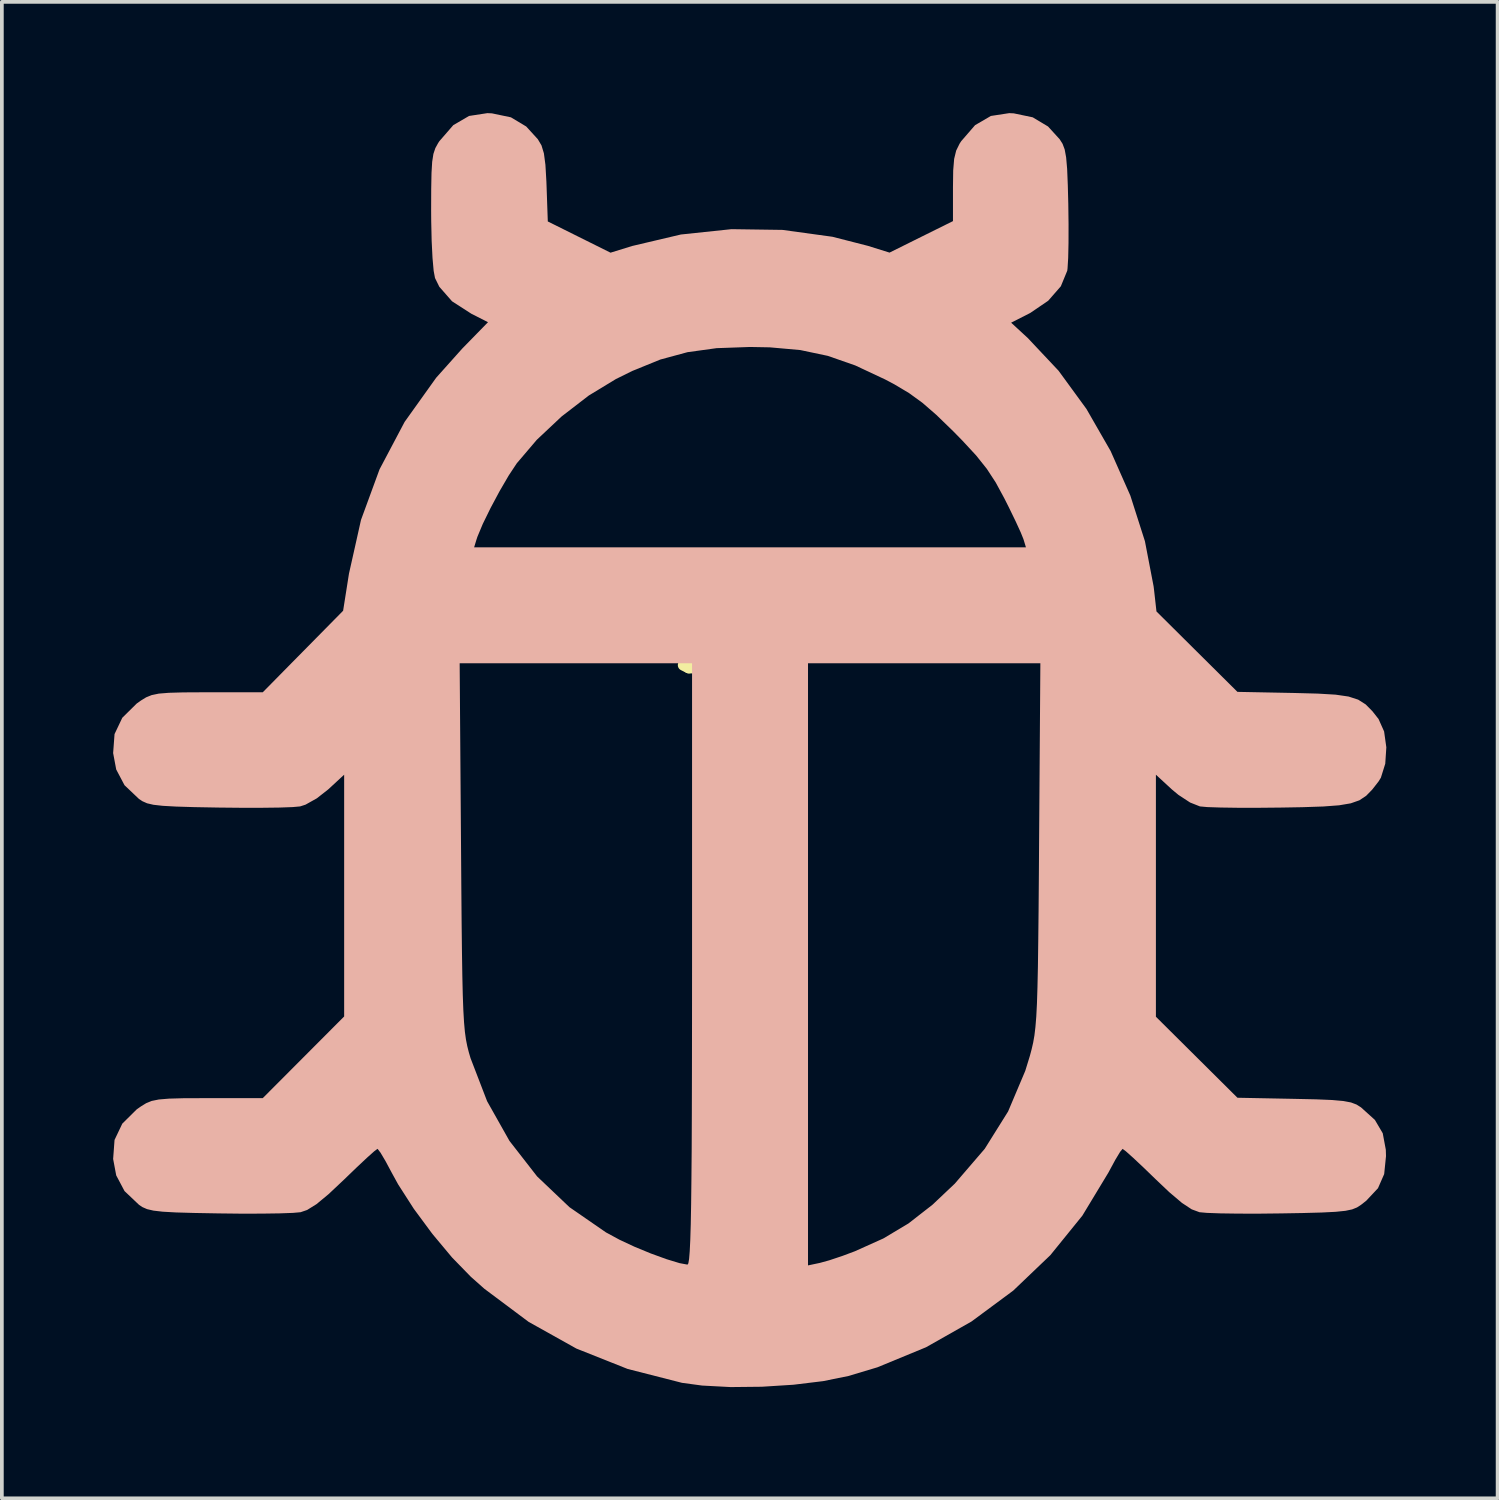
<source format=kicad_pcb>
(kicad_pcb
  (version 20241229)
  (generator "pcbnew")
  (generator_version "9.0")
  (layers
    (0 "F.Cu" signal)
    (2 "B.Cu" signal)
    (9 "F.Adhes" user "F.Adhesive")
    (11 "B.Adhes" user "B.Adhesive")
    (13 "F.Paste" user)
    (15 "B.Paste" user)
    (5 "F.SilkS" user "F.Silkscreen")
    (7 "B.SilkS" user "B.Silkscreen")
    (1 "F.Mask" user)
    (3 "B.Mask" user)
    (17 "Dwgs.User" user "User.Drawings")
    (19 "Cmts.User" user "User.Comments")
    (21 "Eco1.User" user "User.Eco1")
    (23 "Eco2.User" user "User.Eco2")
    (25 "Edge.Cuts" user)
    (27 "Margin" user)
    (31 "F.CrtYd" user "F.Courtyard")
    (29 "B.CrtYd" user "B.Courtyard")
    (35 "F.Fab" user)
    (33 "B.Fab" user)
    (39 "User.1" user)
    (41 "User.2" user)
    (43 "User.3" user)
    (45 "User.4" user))
  (footprint "Debug_50mm"
    (layer "F.Cu")
    (at 17.17 17.176)
    (property "Reference" "Debug_50mm" (at -0.2 -3.42 0) (layer "F.SilkS") (effects (font (size 1.524 1.524) (thickness 0.3))))
    (attr board_only exclude_from_pos_files exclude_from_bom)
    (fp_poly (pts (xy 7.111 -17.17) (xy 7.622 -17.063) (xy 8.034 -16.816) (xy 8.347 -16.473) (xy 8.426 -16.348) (xy 8.483 -16.196) (xy 8.522 -15.982) (xy 8.549 -15.671) (xy 8.567 -15.229) (xy 8.58 -14.726) (xy 8.587 -14.181) (xy 8.586 -13.681) (xy 8.577 -13.271) (xy 8.56 -12.993) (xy 8.552 -12.928) (xy 8.379 -12.508) (xy 8.038 -12.118) (xy 7.556 -11.79) (xy 7.512 -11.767) (xy 7.039 -11.527) (xy 7.488 -11.113) (xy 8.318 -10.231) (xy 9.069 -9.202) (xy 9.721 -8.067) (xy 10.253 -6.865) (xy 10.646 -5.635) (xy 10.88 -4.418) (xy 10.89 -4.338) (xy 10.957 -3.742) (xy 12.048 -2.658) (xy 13.14 -1.574) (xy 14.671 -1.544) (xy 15.309 -1.527) (xy 15.785 -1.499) (xy 16.136 -1.448) (xy 16.395 -1.364) (xy 16.597 -1.236) (xy 16.778 -1.053) (xy 16.944 -0.842) (xy 17.094 -0.507) (xy 17.154 -0.079) (xy 17.125 0.363) (xy 17.007 0.74) (xy 16.944 0.842) (xy 16.772 1.062) (xy 16.61 1.228) (xy 16.428 1.349) (xy 16.195 1.431) (xy 15.881 1.484) (xy 15.456 1.516) (xy 14.889 1.535) (xy 14.33 1.545) (xy 13.721 1.551) (xy 13.159 1.551) (xy 12.682 1.544) (xy 12.326 1.532) (xy 12.129 1.514) (xy 11.864 1.409) (xy 11.549 1.203) (xy 11.372 1.056) (xy 10.942 0.659) (xy 10.942 7.184) (xy 12.041 8.276) (xy 13.14 9.368) (xy 14.671 9.398) (xy 15.263 9.411) (xy 15.692 9.429) (xy 15.994 9.456) (xy 16.202 9.495) (xy 16.35 9.551) (xy 16.472 9.628) (xy 16.473 9.629) (xy 16.845 9.965) (xy 17.057 10.325) (xy 17.14 10.769) (xy 17.145 10.942) (xy 17.096 11.426) (xy 16.929 11.807) (xy 16.613 12.144) (xy 16.473 12.254) (xy 16.364 12.325) (xy 16.233 12.378) (xy 16.052 12.416) (xy 15.789 12.443) (xy 15.415 12.462) (xy 14.901 12.476) (xy 14.33 12.486) (xy 13.72 12.493) (xy 13.156 12.492) (xy 12.676 12.485) (xy 12.317 12.472) (xy 12.117 12.454) (xy 11.906 12.376) (xy 11.644 12.203) (xy 11.305 11.916) (xy 10.938 11.568) (xy 10.609 11.25) (xy 10.331 10.989) (xy 10.133 10.812) (xy 10.044 10.746) (xy 10.044 10.746) (xy 9.977 10.827) (xy 9.849 11.039) (xy 9.686 11.34) (xy 9.66 11.388) (xy 8.959 12.547) (xy 8.097 13.611) (xy 7.095 14.568) (xy 5.971 15.4) (xy 4.746 16.094) (xy 3.437 16.634) (xy 2.654 16.869) (xy 1.969 17.008) (xy 1.17 17.105) (xy 0.318 17.159) (xy -0.523 17.168) (xy -1.292 17.127) (xy -1.833 17.054) (xy -3.301 16.679) (xy -4.681 16.13) (xy -5.969 15.41) (xy -7.162 14.518) (xy -7.526 14.195) (xy -7.825 13.888) (xy 1.563 13.888) (xy 1.881 13.821) (xy 2.138 13.75) (xy 2.494 13.631) (xy 2.828 13.506) (xy 3.595 13.161) (xy 4.271 12.757) (xy 4.918 12.253) (xy 5.52 11.684) (xy 6.327 10.745) (xy 6.957 9.738) (xy 7.42 8.643) (xy 7.544 8.24) (xy 7.592 8.06) (xy 7.633 7.882) (xy 7.667 7.688) (xy 7.694 7.46) (xy 7.717 7.179) (xy 7.735 6.827) (xy 7.749 6.385) (xy 7.761 5.835) (xy 7.77 5.157) (xy 7.779 4.334) (xy 7.787 3.347) (xy 7.792 2.564) (xy 7.827 -2.345) (xy 1.563 -2.345) (xy 1.563 13.888) (xy -7.825 13.888) (xy -8.033 13.674) (xy -8.562 13.041) (xy -9.064 12.362) (xy -9.487 11.703) (xy -9.66 11.388) (xy -9.826 11.078) (xy -9.961 10.85) (xy -10.039 10.748) (xy -10.044 10.746) (xy -10.131 10.811) (xy -10.327 10.986) (xy -10.604 11.246) (xy -10.933 11.563) (xy -10.938 11.568) (xy -11.363 11.968) (xy -11.688 12.237) (xy -11.941 12.394) (xy -12.117 12.454) (xy -12.321 12.472) (xy -12.682 12.485) (xy -13.164 12.492) (xy -13.728 12.493) (xy -14.33 12.486) (xy -14.987 12.474) (xy -15.478 12.46) (xy -15.834 12.44) (xy -16.083 12.411) (xy -16.255 12.371) (xy -16.381 12.316) (xy -16.473 12.254) (xy -16.863 11.884) (xy -17.087 11.461) (xy -17.17 11.019) (xy -17.132 10.505) (xy -16.923 10.066) (xy -16.534 9.681) (xy -16.42 9.601) (xy -16.28 9.515) (xy -16.131 9.454) (xy -15.939 9.415) (xy -15.667 9.392) (xy -15.279 9.381) (xy -14.739 9.379) (xy -14.613 9.378) (xy -13.136 9.378) (xy -10.942 7.177) (xy -10.942 0.659) (xy -11.372 1.056) (xy -11.68 1.297) (xy -11.984 1.467) (xy -12.129 1.514) (xy -12.329 1.532) (xy -12.686 1.545) (xy -13.165 1.551) (xy -13.727 1.551) (xy -14.33 1.545) (xy -14.987 1.533) (xy -15.478 1.518) (xy -15.834 1.498) (xy -16.083 1.47) (xy -16.255 1.43) (xy -16.381 1.374) (xy -16.473 1.313) (xy -16.863 0.943) (xy -17.087 0.519) (xy -17.17 0.077) (xy -17.132 -0.436) (xy -16.923 -0.876) (xy -16.534 -1.26) (xy -16.42 -1.341) (xy -16.28 -1.427) (xy -16.131 -1.487) (xy -15.939 -1.527) (xy -15.667 -1.549) (xy -15.279 -1.56) (xy -14.739 -1.563) (xy -14.613 -1.563) (xy -13.136 -1.563) (xy -12.366 -2.345) (xy -7.828 -2.345) (xy -7.791 2.613) (xy -7.783 3.728) (xy -7.775 4.665) (xy -7.766 5.443) (xy -7.756 6.081) (xy -7.744 6.596) (xy -7.729 7.007) (xy -7.71 7.333) (xy -7.687 7.591) (xy -7.658 7.8) (xy -7.623 7.977) (xy -7.581 8.143) (xy -7.535 8.3) (xy -7.088 9.462) (xy -6.485 10.532) (xy -5.74 11.489) (xy -4.868 12.318) (xy -3.884 12.998) (xy -3.52 13.195) (xy -3.116 13.384) (xy -2.675 13.566) (xy -2.251 13.72) (xy -1.899 13.827) (xy -1.685 13.867) (xy -1.663 13.832) (xy -1.643 13.716) (xy -1.626 13.51) (xy -1.611 13.204) (xy -1.598 12.786) (xy -1.588 12.246) (xy -1.58 11.575) (xy -1.573 10.761) (xy -1.569 9.794) (xy -1.566 8.663) (xy -1.564 7.359) (xy -1.563 5.87) (xy -1.563 5.764) (xy -1.563 -2.345) (xy -7.828 -2.345) (xy -12.366 -2.345) (xy -12.053 -2.662) (xy -10.97 -3.761) (xy -10.812 -4.762) (xy -10.653 -5.471) (xy -7.438 -5.471) (xy 7.438 -5.471) (xy 7.371 -5.691) (xy 7.299 -5.87) (xy 7.16 -6.173) (xy 6.977 -6.55) (xy 6.856 -6.79) (xy 6.624 -7.218) (xy 6.384 -7.586) (xy 6.096 -7.947) (xy 5.72 -8.353) (xy 5.476 -8.602) (xy 5.025 -9.039) (xy 4.646 -9.368) (xy 4.285 -9.63) (xy 3.889 -9.866) (xy 3.641 -9.997) (xy 2.837 -10.374) (xy 2.098 -10.632) (xy 1.354 -10.789) (xy 0.534 -10.862) (xy 0 -10.872) (xy -0.901 -10.84) (xy -1.684 -10.732) (xy -2.419 -10.533) (xy -3.175 -10.225) (xy -3.618 -10.006) (xy -4.347 -9.563) (xy -5.079 -8.999) (xy -5.748 -8.37) (xy -6.288 -7.736) (xy -6.505 -7.408) (xy -6.751 -6.986) (xy -6.995 -6.53) (xy -7.205 -6.101) (xy -7.348 -5.759) (xy -7.371 -5.691) (xy -7.438 -5.471) (xy -10.653 -5.471) (xy -10.488 -6.209) (xy -9.988 -7.573) (xy -9.312 -8.852) (xy -8.461 -10.043) (xy -7.762 -10.825) (xy -7.064 -11.54) (xy -7.513 -11.768) (xy -8.033 -12.103) (xy -8.376 -12.494) (xy -8.493 -12.731) (xy -8.529 -12.924) (xy -8.56 -13.271) (xy -8.583 -13.733) (xy -8.595 -14.27) (xy -8.597 -14.548) (xy -8.595 -15.136) (xy -8.587 -15.563) (xy -8.569 -15.864) (xy -8.536 -16.076) (xy -8.484 -16.232) (xy -8.409 -16.368) (xy -8.375 -16.42) (xy -8 -16.852) (xy -7.575 -17.1) (xy -7.08 -17.176) (xy -6.957 -17.17) (xy -6.446 -17.063) (xy -6.034 -16.816) (xy -5.721 -16.473) (xy -5.622 -16.306) (xy -5.557 -16.092) (xy -5.516 -15.783) (xy -5.49 -15.335) (xy -5.486 -15.229) (xy -5.452 -14.256) (xy -3.761 -13.414) (xy -3.175 -13.595) (xy -1.864 -13.904) (xy -0.5 -14.048) (xy 0.877 -14.028) (xy 2.222 -13.843) (xy 3.175 -13.599) (xy 3.761 -13.416) (xy 4.616 -13.841) (xy 5.471 -14.265) (xy 5.471 -15.178) (xy 5.477 -15.631) (xy 5.503 -15.943) (xy 5.557 -16.165) (xy 5.649 -16.352) (xy 5.693 -16.42) (xy 6.067 -16.852) (xy 6.493 -17.1) (xy 6.988 -17.176)) (stroke (width 0) (type solid)) (fill yes) (layer "B.SilkS")))
  (gr_rect
    (start -3 -3)
    (end 37.324 37.343)
    (stroke (width 0.1) (type default))
    (fill no)
    (layer "Edge.Cuts")))
</source>
